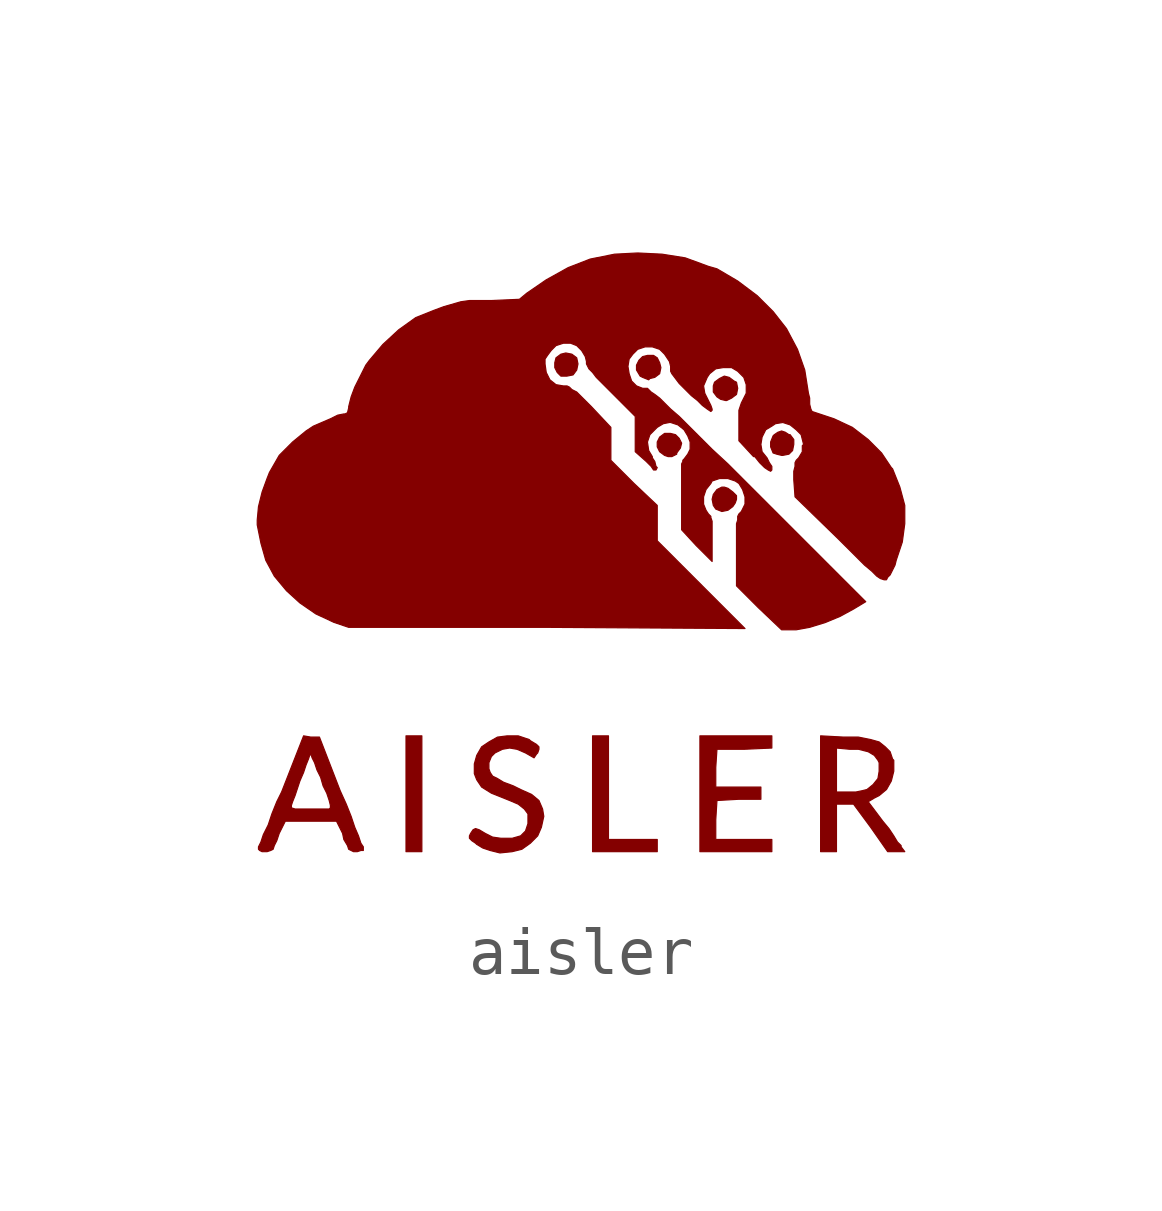
<source format=kicad_sym>
(kicad_symbol_lib
  (version 20231120)
  (generator "kicad_symbol_editor")
  (generator_version "8.0")
  (symbol "aisler"
    (pin_names
      (offset 1.016))
    (property "Reference" "G"
      (at 0 -7.391 0)
      (effects (font (size 1.524 1.524)) (hide yes)))
    (symbol "aisler_0_0"
      (polyline (pts (xy -3.404 -3.835) (xy -3.734 -3.835) (xy -3.734 -6.248) (xy -3.404 -6.248) (xy -3.404 -3.835)) (stroke (width 0.025) (type default)) (fill (type outline)))
      (polyline (pts (xy 1.499 -5.994) (xy 0.483 -5.994) (xy 0.483 -3.835) (xy 0.152 -3.835) (xy 0.152 -6.248) (xy 1.499 -6.248) (xy 1.499 -5.994)) (stroke (width 0.025) (type default)) (fill (type outline)))
      (polyline (pts (xy -0.254 3.683) (xy -0.178 3.785) (xy -0.152 3.912) (xy -0.178 4.039) (xy -0.279 4.115) (xy -0.406 4.14) (xy -0.508 4.115) (xy -0.61 4.039) (xy -0.635 3.937) (xy -0.635 3.835) (xy -0.584 3.734) (xy -0.508 3.658) (xy -0.381 3.658) (xy -0.254 3.683)) (stroke (width 0.025) (type default)) (fill (type outline)))
      (polyline (pts (xy 1.346 3.607) (xy 1.448 3.632) (xy 1.549 3.708) (xy 1.575 3.835) (xy 1.549 3.937) (xy 1.499 4.039) (xy 1.422 4.089) (xy 1.295 4.089) (xy 1.194 4.064) (xy 1.118 3.988) (xy 1.067 3.886) (xy 1.067 3.785) (xy 1.143 3.658) (xy 1.194 3.632) (xy 1.321 3.581) (xy 1.346 3.607)) (stroke (width 0.025) (type default)) (fill (type outline)))
      (polyline (pts (xy 1.905 2.032) (xy 1.905 2.057) (xy 1.981 2.159) (xy 2.007 2.261) (xy 1.956 2.362) (xy 1.88 2.438) (xy 1.778 2.464) (xy 1.651 2.464) (xy 1.549 2.388) (xy 1.499 2.286) (xy 1.499 2.184) (xy 1.549 2.083) (xy 1.651 2.007) (xy 1.727 1.981) (xy 1.803 1.981) (xy 1.905 2.032)) (stroke (width 0.025) (type default)) (fill (type outline)))
      (polyline (pts (xy 2.972 0.864) (xy 3.073 0.94) (xy 3.124 1.016) (xy 3.15 1.092) (xy 3.15 1.168) (xy 3.073 1.245) (xy 2.972 1.321) (xy 2.896 1.346) (xy 2.845 1.346) (xy 2.743 1.295) (xy 2.667 1.194) (xy 2.642 1.092) (xy 2.667 0.965) (xy 2.718 0.889) (xy 2.845 0.838) (xy 2.972 0.864)) (stroke (width 0.025) (type default)) (fill (type outline)))
      (polyline (pts (xy 3.048 3.2) (xy 3.15 3.277) (xy 3.175 3.404) (xy 3.15 3.531) (xy 3.099 3.556) (xy 2.997 3.632) (xy 2.896 3.658) (xy 2.794 3.607) (xy 2.692 3.531) (xy 2.667 3.454) (xy 2.667 3.327) (xy 2.743 3.226) (xy 2.819 3.175) (xy 2.921 3.15) (xy 2.946 3.15) (xy 3.048 3.2)) (stroke (width 0.025) (type default)) (fill (type outline)))
      (polyline (pts (xy 3.886 -5.994) (xy 2.718 -5.994) (xy 2.718 -5.588) (xy 2.743 -5.182) (xy 3.2 -5.156) (xy 3.658 -5.156) (xy 3.658 -4.902) (xy 2.718 -4.902) (xy 2.718 -4.496) (xy 2.743 -4.115) (xy 3.302 -4.115) (xy 3.886 -4.089) (xy 3.886 -3.835) (xy 2.388 -3.835) (xy 2.388 -6.248) (xy 3.886 -6.248) (xy 3.886 -5.994)) (stroke (width 0.025) (type default)) (fill (type outline)))
      (polyline (pts (xy 4.242 2.032) (xy 4.318 2.108) (xy 4.343 2.235) (xy 4.343 2.337) (xy 4.267 2.438) (xy 4.242 2.438) (xy 4.166 2.489) (xy 4.089 2.515) (xy 4.013 2.489) (xy 3.937 2.438) (xy 3.912 2.413) (xy 3.861 2.286) (xy 3.861 2.184) (xy 3.912 2.057) (xy 3.988 2.032) (xy 4.089 2.007) (xy 4.115 2.007) (xy 4.242 2.032)) (stroke (width 0.025) (type default)) (fill (type outline)))
      (polyline (pts (xy 5.232 -5.258) (xy 5.588 -5.258) (xy 5.944 -5.74) (xy 6.299 -6.248) (xy 6.655 -6.248) (xy 6.579 -6.147) (xy 6.579 -6.121) (xy 6.502 -6.045) (xy 6.426 -5.918) (xy 6.325 -5.766) (xy 6.198 -5.613) (xy 5.893 -5.207) (xy 6.02 -5.131) (xy 6.121 -5.08) (xy 6.274 -4.953) (xy 6.375 -4.775) (xy 6.426 -4.572) (xy 6.426 -4.343) (xy 6.401 -4.318) (xy 6.35 -4.166) (xy 6.248 -4.064) (xy 6.121 -3.962) (xy 5.944 -3.912) (xy 5.69 -3.861) (xy 5.385 -3.861) (xy 4.902 -3.835) (xy 4.902 -5.004) (xy 5.232 -5.004) (xy 5.232 -4.089) (xy 5.512 -4.115) (xy 5.69 -4.115) (xy 5.893 -4.166) (xy 6.02 -4.242) (xy 6.096 -4.343) (xy 6.121 -4.394) (xy 6.121 -4.572) (xy 6.096 -4.724) (xy 5.994 -4.851) (xy 5.867 -4.953) (xy 5.766 -4.978) (xy 5.639 -5.004) (xy 5.232 -5.004) (xy 4.902 -5.004) (xy 4.902 -6.248) (xy 5.232 -6.248) (xy 5.232 -5.258)) (stroke (width 0.025) (type default)) (fill (type outline)))
      (polyline (pts (xy -6.553 -6.223) (xy -6.502 -6.198) (xy -6.477 -6.121) (xy -6.426 -6.02) (xy -6.375 -5.867) (xy -6.248 -5.613) (xy -5.182 -5.613) (xy -5.055 -5.867) (xy -5.029 -5.994) (xy -4.953 -6.121) (xy -4.928 -6.198) (xy -4.826 -6.248) (xy -4.75 -6.248) (xy -4.674 -6.223) (xy -4.623 -6.223) (xy -4.623 -6.147) (xy -4.674 -6.071) (xy -4.724 -5.918) (xy -4.801 -5.74) (xy -4.877 -5.512) (xy -4.978 -5.258) (xy -5.105 -4.978) (xy -5.537 -3.861) (xy -5.715 -3.861) (xy -5.867 -3.835) (xy -6.325 -5.004) (xy -6.426 -5.207) (xy -6.477 -5.334) (xy -6.121 -5.334) (xy -6.121 -5.283) (xy -6.096 -5.207) (xy -6.045 -5.08) (xy -5.944 -4.775) (xy -5.867 -4.597) (xy -5.817 -4.445) (xy -5.766 -4.318) (xy -5.74 -4.242) (xy -5.715 -4.216) (xy -5.69 -4.293) (xy -5.639 -4.394) (xy -5.588 -4.547) (xy -5.512 -4.699) (xy -5.461 -4.877) (xy -5.385 -5.029) (xy -5.334 -5.182) (xy -5.309 -5.283) (xy -5.309 -5.334) (xy -5.334 -5.359) (xy -6.045 -5.359) (xy -6.121 -5.334) (xy -6.477 -5.334) (xy -6.528 -5.461) (xy -6.604 -5.69) (xy -6.706 -5.893) (xy -6.756 -6.045) (xy -6.807 -6.147) (xy -6.807 -6.198) (xy -6.782 -6.223) (xy -6.731 -6.248) (xy -6.629 -6.248) (xy -6.553 -6.223)) (stroke (width 0.025) (type default)) (fill (type outline)))
      (polyline (pts (xy -1.524 -6.248) (xy -1.321 -6.198) (xy -1.143 -6.071) (xy -0.991 -5.918) (xy -0.914 -5.74) (xy -0.864 -5.512) (xy -0.889 -5.359) (xy -0.965 -5.182) (xy -1.118 -5.055) (xy -1.346 -4.953) (xy -1.499 -4.877) (xy -1.702 -4.801) (xy -1.829 -4.724) (xy -1.93 -4.674) (xy -1.981 -4.597) (xy -2.007 -4.521) (xy -2.007 -4.394) (xy -1.956 -4.267) (xy -1.88 -4.191) (xy -1.727 -4.115) (xy -1.575 -4.089) (xy -1.422 -4.115) (xy -1.245 -4.191) (xy -1.067 -4.293) (xy -1.016 -4.216) (xy -0.991 -4.191) (xy -0.965 -4.115) (xy -0.965 -4.064) (xy -1.016 -4.013) (xy -1.143 -3.937) (xy -1.168 -3.912) (xy -1.397 -3.835) (xy -1.626 -3.835) (xy -1.829 -3.861) (xy -2.007 -3.962) (xy -2.159 -4.064) (xy -2.261 -4.242) (xy -2.311 -4.42) (xy -2.311 -4.623) (xy -2.261 -4.75) (xy -2.159 -4.902) (xy -1.956 -5.029) (xy -1.575 -5.182) (xy -1.397 -5.258) (xy -1.27 -5.359) (xy -1.194 -5.461) (xy -1.194 -5.664) (xy -1.245 -5.817) (xy -1.346 -5.918) (xy -1.524 -5.969) (xy -1.753 -5.969) (xy -1.93 -5.944) (xy -2.083 -5.867) (xy -2.21 -5.791) (xy -2.286 -5.766) (xy -2.337 -5.791) (xy -2.388 -5.867) (xy -2.413 -5.918) (xy -2.413 -5.969) (xy -2.362 -6.02) (xy -2.286 -6.071) (xy -2.261 -6.096) (xy -2.134 -6.172) (xy -1.981 -6.223) (xy -1.778 -6.274) (xy -1.524 -6.248)) (stroke (width 0.025) (type default)) (fill (type outline)))
      (polyline (pts (xy 4.674 -1.575) (xy 5.004 -1.473) (xy 5.309 -1.346) (xy 5.588 -1.194) (xy 5.842 -1.041) (xy 2.972 1.829) (xy 2.642 2.134) (xy 1.956 2.819) (xy 1.778 2.972) (xy 1.549 3.2) (xy 1.448 3.277) (xy 1.372 3.327) (xy 1.295 3.404) (xy 1.194 3.404) (xy 1.067 3.454) (xy 0.965 3.556) (xy 0.914 3.708) (xy 0.889 3.861) (xy 0.914 4.013) (xy 0.991 4.115) (xy 1.092 4.216) (xy 1.245 4.267) (xy 1.397 4.267) (xy 1.549 4.216) (xy 1.651 4.115) (xy 1.753 3.962) (xy 1.778 3.861) (xy 1.778 3.759) (xy 1.803 3.708) (xy 1.956 3.505) (xy 2.21 3.251) (xy 2.337 3.15) (xy 2.438 3.048) (xy 2.54 2.972) (xy 2.616 2.921) (xy 2.642 2.946) (xy 2.642 2.972) (xy 2.616 3.048) (xy 2.489 3.302) (xy 2.464 3.454) (xy 2.54 3.632) (xy 2.591 3.708) (xy 2.718 3.81) (xy 2.87 3.835) (xy 3.048 3.835) (xy 3.175 3.759) (xy 3.302 3.632) (xy 3.353 3.48) (xy 3.353 3.302) (xy 3.251 3.099) (xy 3.2 2.946) (xy 3.2 2.311) (xy 3.505 1.981) (xy 3.531 1.981) (xy 3.632 1.854) (xy 3.734 1.753) (xy 3.81 1.702) (xy 3.861 1.676) (xy 3.886 1.702) (xy 3.886 1.778) (xy 3.835 1.854) (xy 3.785 1.956) (xy 3.683 2.083) (xy 3.658 2.235) (xy 3.683 2.388) (xy 3.759 2.54) (xy 3.886 2.616) (xy 3.962 2.667) (xy 4.115 2.692) (xy 4.267 2.642) (xy 4.394 2.54) (xy 4.496 2.438) (xy 4.547 2.235) (xy 4.521 2.21) (xy 4.521 2.083) (xy 4.445 1.956) (xy 4.394 1.905) (xy 4.369 1.854) (xy 4.369 1.778) (xy 4.343 1.676) (xy 4.343 1.499) (xy 4.369 1.143) (xy 5.283 0.254) (xy 5.817 -0.279) (xy 5.969 -0.406) (xy 6.071 -0.508) (xy 6.147 -0.559) (xy 6.223 -0.584) (xy 6.274 -0.584) (xy 6.299 -0.533) (xy 6.35 -0.483) (xy 6.452 -0.279) (xy 6.477 -0.178) (xy 6.604 0.203) (xy 6.655 0.584) (xy 6.655 0.965) (xy 6.553 1.346) (xy 6.401 1.727) (xy 6.375 1.753) (xy 6.172 2.057) (xy 5.893 2.337) (xy 5.563 2.591) (xy 5.182 2.769) (xy 4.724 2.921) (xy 4.699 2.972) (xy 4.674 3.073) (xy 4.674 3.2) (xy 4.648 3.302) (xy 4.572 3.785) (xy 4.42 4.216) (xy 4.191 4.648) (xy 3.912 5.004) (xy 3.581 5.334) (xy 3.175 5.639) (xy 2.743 5.893) (xy 2.565 5.944) (xy 2.083 6.121) (xy 1.6 6.198) (xy 1.092 6.223) (xy 0.61 6.198) (xy 0.102 6.096) (xy -0.356 5.918) (xy -0.813 5.664) (xy -1.219 5.385) (xy -1.372 5.258) (xy -1.956 5.232) (xy -2.413 5.232) (xy -2.591 5.207) (xy -2.946 5.105) (xy -3.15 5.029) (xy -3.531 4.877) (xy -3.886 4.623) (xy -4.216 4.318) (xy -4.496 3.988) (xy -4.572 3.886) (xy -4.801 3.429) (xy -4.877 3.226) (xy -4.928 3.023) (xy -4.928 2.997) (xy -4.953 2.896) (xy -5.004 2.87) (xy -5.029 2.87) (xy -5.156 2.845) (xy -5.309 2.769) (xy -5.664 2.616) (xy -5.817 2.515) (xy -6.096 2.286) (xy -6.375 2.007) (xy -6.579 1.651) (xy -6.629 1.524) (xy -6.731 1.245) (xy -6.807 0.94) (xy -6.833 0.66) (xy -6.833 0.559) (xy -6.756 0.178) (xy -6.655 -0.178) (xy -6.477 -0.508) (xy -6.223 -0.813) (xy -5.944 -1.067) (xy -5.613 -1.295) (xy -5.232 -1.473) (xy -4.928 -1.575) (xy -0.787 -1.575) (xy 3.327 -1.6) (xy 1.499 0.229) (xy 1.499 0.965) (xy 1.016 1.422) (xy 0.533 1.905) (xy 0.533 2.591) (xy 0.127 3.023) (xy -0.178 3.327) (xy -0.279 3.378) (xy -0.33 3.429) (xy -0.381 3.454) (xy -0.457 3.454) (xy -0.61 3.48) (xy -0.737 3.581) (xy -0.813 3.734) (xy -0.838 3.912) (xy -0.838 4.013) (xy -0.787 4.089) (xy -0.711 4.191) (xy -0.61 4.293) (xy -0.457 4.343) (xy -0.305 4.343) (xy -0.178 4.293) (xy -0.076 4.191) (xy 0 4.064) (xy 0.025 3.962) (xy 0.025 3.912) (xy 0.076 3.81) (xy 0.152 3.734) (xy 0.229 3.632) (xy 1.041 2.819) (xy 1.041 2.083) (xy 1.27 1.88) (xy 1.372 1.778) (xy 1.422 1.702) (xy 1.473 1.702) (xy 1.499 1.753) (xy 1.473 1.778) (xy 1.448 1.88) (xy 1.397 1.956) (xy 1.397 1.981) (xy 1.321 2.108) (xy 1.295 2.286) (xy 1.346 2.438) (xy 1.499 2.591) (xy 1.626 2.667) (xy 1.753 2.692) (xy 1.778 2.692) (xy 1.93 2.642) (xy 2.057 2.54) (xy 2.134 2.413) (xy 2.184 2.286) (xy 2.184 2.134) (xy 2.134 2.032) (xy 2.057 1.93) (xy 2.032 1.905) (xy 2.032 1.88) (xy 2.007 1.829) (xy 2.007 0.457) (xy 2.311 0.127) (xy 2.642 -0.203) (xy 2.642 0.635) (xy 2.616 0.711) (xy 2.616 0.737) (xy 2.565 0.787) (xy 2.515 0.864) (xy 2.464 0.991) (xy 2.464 1.143) (xy 2.515 1.295) (xy 2.616 1.422) (xy 2.642 1.473) (xy 2.794 1.524) (xy 2.972 1.524) (xy 3.124 1.473) (xy 3.2 1.422) (xy 3.277 1.295) (xy 3.327 1.143) (xy 3.327 0.991) (xy 3.251 0.838) (xy 3.2 0.787) (xy 3.175 0.737) (xy 3.175 0.66) (xy 3.15 0.584) (xy 3.15 -0.711) (xy 3.607 -1.168) (xy 4.089 -1.626) (xy 4.394 -1.626) (xy 4.674 -1.575)) (stroke (width 0.025) (type default)) (fill (type outline))))))
</source>
